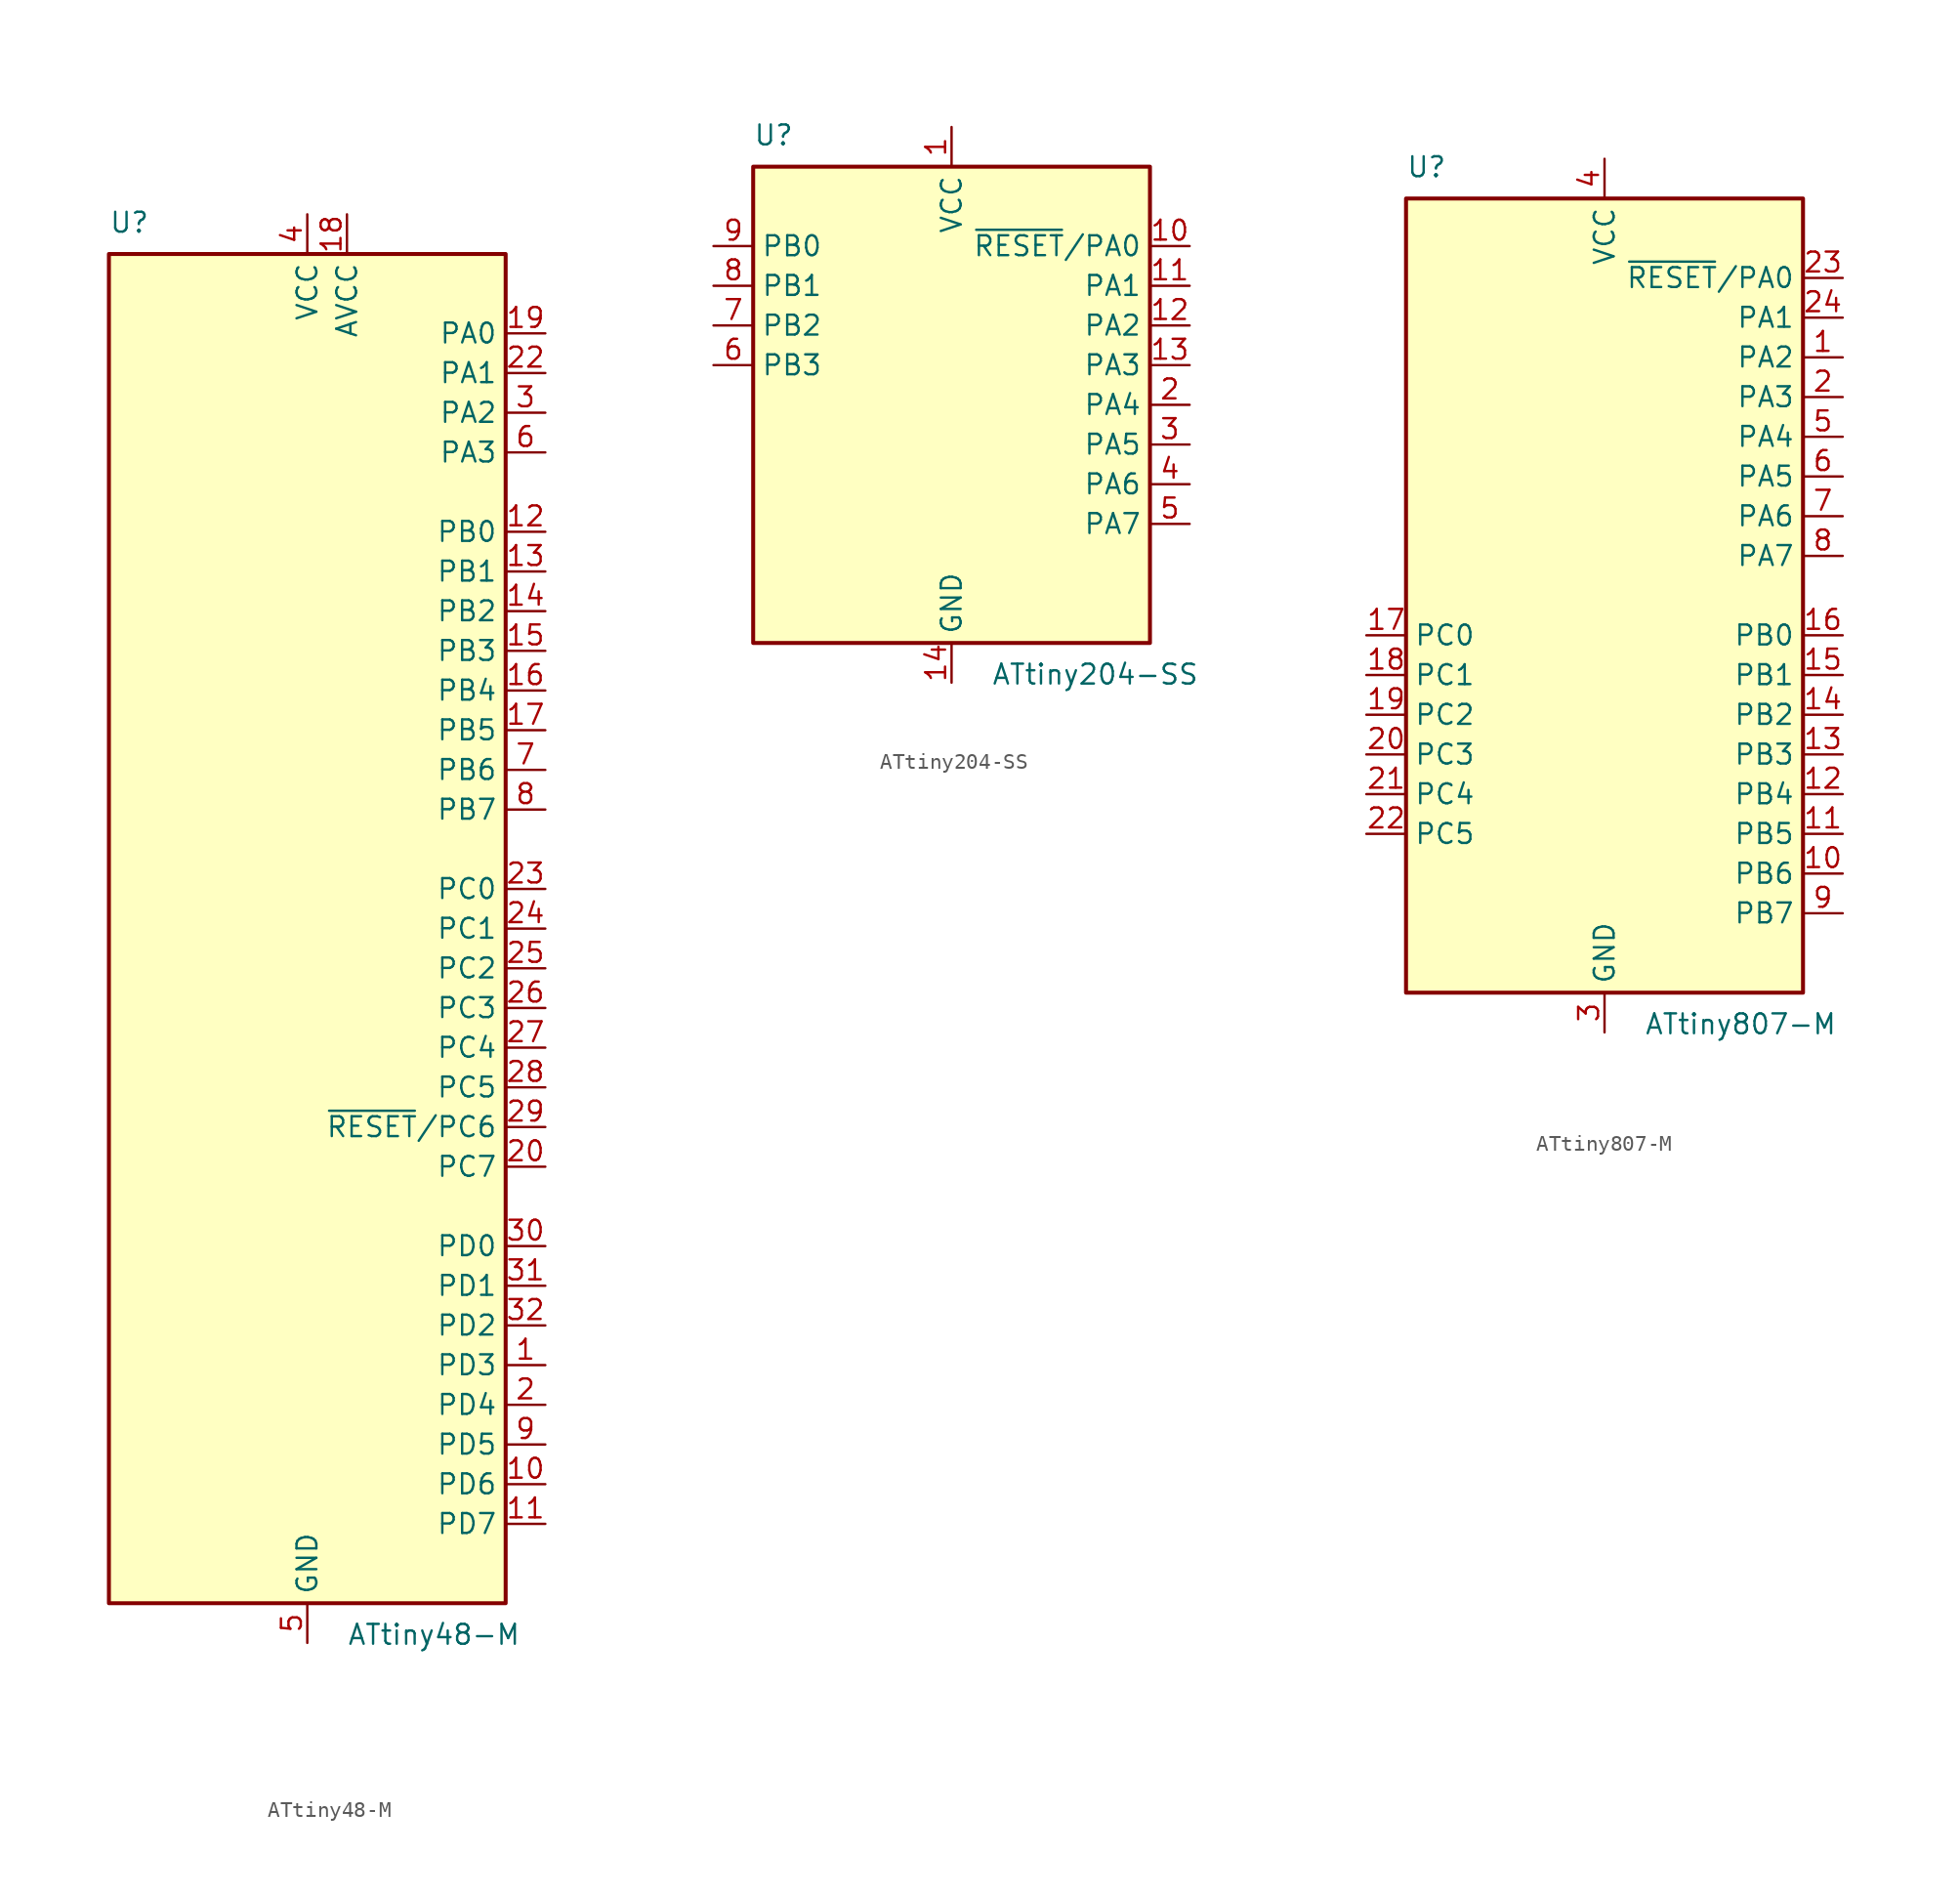
<source format=kicad_sym>
(kicad_symbol_lib
  (version 20201005)
  (generator kicad_symbol_editor)
  (symbol "ATtiny48-M"
    (property "Reference" "U"
      (at -12.7 44.45 0)
      (effects (font (size 1.27 1.27)) (justify left bottom)))
    (property "Value" "ATtiny48-M"
      (at 2.54 -44.45 0)
      (effects (font (size 1.27 1.27)) (justify left top)))
    (symbol "ATtiny48-M_0_1"
      (rectangle (start -12.7 -43.18) (end 12.7 43.18) (stroke (width 0.254)) (fill (type background))))
    (symbol "ATtiny48-M_1_1"
      (pin bidirectional line (at 15.24 -27.94 180) (length 2.54) (name "PD3" (effects (font (size 1.27 1.27)))) (number "1" (effects (font (size 1.27 1.27)))))
      (pin bidirectional line (at 15.24 -35.56 180) (length 2.54) (name "PD6" (effects (font (size 1.27 1.27)))) (number "10" (effects (font (size 1.27 1.27)))))
      (pin bidirectional line (at 15.24 -38.1 180) (length 2.54) (name "PD7" (effects (font (size 1.27 1.27)))) (number "11" (effects (font (size 1.27 1.27)))))
      (pin bidirectional line (at 15.24 25.4 180) (length 2.54) (name "PB0" (effects (font (size 1.27 1.27)))) (number "12" (effects (font (size 1.27 1.27)))))
      (pin bidirectional line (at 15.24 22.86 180) (length 2.54) (name "PB1" (effects (font (size 1.27 1.27)))) (number "13" (effects (font (size 1.27 1.27)))))
      (pin bidirectional line (at 15.24 20.32 180) (length 2.54) (name "PB2" (effects (font (size 1.27 1.27)))) (number "14" (effects (font (size 1.27 1.27)))))
      (pin bidirectional line (at 15.24 17.78 180) (length 2.54) (name "PB3" (effects (font (size 1.27 1.27)))) (number "15" (effects (font (size 1.27 1.27)))))
      (pin bidirectional line (at 15.24 15.24 180) (length 2.54) (name "PB4" (effects (font (size 1.27 1.27)))) (number "16" (effects (font (size 1.27 1.27)))))
      (pin bidirectional line (at 15.24 12.7 180) (length 2.54) (name "PB5" (effects (font (size 1.27 1.27)))) (number "17" (effects (font (size 1.27 1.27)))))
      (pin power_in line (at 2.54 45.72 270) (length 2.54) (name "AVCC" (effects (font (size 1.27 1.27)))) (number "18" (effects (font (size 1.27 1.27)))))
      (pin bidirectional line (at 15.24 38.1 180) (length 2.54) (name "PA0" (effects (font (size 1.27 1.27)))) (number "19" (effects (font (size 1.27 1.27)))))
      (pin bidirectional line (at 15.24 -30.48 180) (length 2.54) (name "PD4" (effects (font (size 1.27 1.27)))) (number "2" (effects (font (size 1.27 1.27)))))
      (pin bidirectional line (at 15.24 -15.24 180) (length 2.54) (name "PC7" (effects (font (size 1.27 1.27)))) (number "20" (effects (font (size 1.27 1.27)))))
      (pin passive line (at 0 -45.72 90) (length 2.54) hide (name "GND" (effects (font (size 1.27 1.27)))) (number "21" (effects (font (size 1.27 1.27)))))
      (pin bidirectional line (at 15.24 35.56 180) (length 2.54) (name "PA1" (effects (font (size 1.27 1.27)))) (number "22" (effects (font (size 1.27 1.27)))))
      (pin bidirectional line (at 15.24 2.54 180) (length 2.54) (name "PC0" (effects (font (size 1.27 1.27)))) (number "23" (effects (font (size 1.27 1.27)))))
      (pin bidirectional line (at 15.24 0 180) (length 2.54) (name "PC1" (effects (font (size 1.27 1.27)))) (number "24" (effects (font (size 1.27 1.27)))))
      (pin bidirectional line (at 15.24 -2.54 180) (length 2.54) (name "PC2" (effects (font (size 1.27 1.27)))) (number "25" (effects (font (size 1.27 1.27)))))
      (pin bidirectional line (at 15.24 -5.08 180) (length 2.54) (name "PC3" (effects (font (size 1.27 1.27)))) (number "26" (effects (font (size 1.27 1.27)))))
      (pin bidirectional line (at 15.24 -7.62 180) (length 2.54) (name "PC4" (effects (font (size 1.27 1.27)))) (number "27" (effects (font (size 1.27 1.27)))))
      (pin bidirectional line (at 15.24 -10.16 180) (length 2.54) (name "PC5" (effects (font (size 1.27 1.27)))) (number "28" (effects (font (size 1.27 1.27)))))
      (pin bidirectional line (at 15.24 -12.7 180) (length 2.54) (name "~RESET~/PC6" (effects (font (size 1.27 1.27)))) (number "29" (effects (font (size 1.27 1.27)))))
      (pin bidirectional line (at 15.24 33.02 180) (length 2.54) (name "PA2" (effects (font (size 1.27 1.27)))) (number "3" (effects (font (size 1.27 1.27)))))
      (pin bidirectional line (at 15.24 -20.32 180) (length 2.54) (name "PD0" (effects (font (size 1.27 1.27)))) (number "30" (effects (font (size 1.27 1.27)))))
      (pin bidirectional line (at 15.24 -22.86 180) (length 2.54) (name "PD1" (effects (font (size 1.27 1.27)))) (number "31" (effects (font (size 1.27 1.27)))))
      (pin bidirectional line (at 15.24 -25.4 180) (length 2.54) (name "PD2" (effects (font (size 1.27 1.27)))) (number "32" (effects (font (size 1.27 1.27)))))
      (pin passive line (at 0 -45.72 90) (length 2.54) hide (name "GND" (effects (font (size 1.27 1.27)))) (number "33" (effects (font (size 1.27 1.27)))))
      (pin power_in line (at 0 45.72 270) (length 2.54) (name "VCC" (effects (font (size 1.27 1.27)))) (number "4" (effects (font (size 1.27 1.27)))))
      (pin power_in line (at 0 -45.72 90) (length 2.54) (name "GND" (effects (font (size 1.27 1.27)))) (number "5" (effects (font (size 1.27 1.27)))))
      (pin bidirectional line (at 15.24 30.48 180) (length 2.54) (name "PA3" (effects (font (size 1.27 1.27)))) (number "6" (effects (font (size 1.27 1.27)))))
      (pin bidirectional line (at 15.24 10.16 180) (length 2.54) (name "PB6" (effects (font (size 1.27 1.27)))) (number "7" (effects (font (size 1.27 1.27)))))
      (pin bidirectional line (at 15.24 7.62 180) (length 2.54) (name "PB7" (effects (font (size 1.27 1.27)))) (number "8" (effects (font (size 1.27 1.27)))))
      (pin bidirectional line (at 15.24 -33.02 180) (length 2.54) (name "PD5" (effects (font (size 1.27 1.27)))) (number "9" (effects (font (size 1.27 1.27)))))))
  (symbol "ATtiny204-SS"
    (property "Reference" "U"
      (at -12.7 16.51 0)
      (effects (font (size 1.27 1.27)) (justify left bottom)))
    (property "Value" "ATtiny204-SS"
      (at 2.54 -16.51 0)
      (effects (font (size 1.27 1.27)) (justify left top)))
    (symbol "ATtiny204-SS_0_1"
      (rectangle (start -12.7 -15.24) (end 12.7 15.24) (stroke (width 0.254)) (fill (type background))))
    (symbol "ATtiny204-SS_1_1"
      (pin power_in line (at 0 17.78 270) (length 2.54) (name "VCC" (effects (font (size 1.27 1.27)))) (number "1" (effects (font (size 1.27 1.27)))))
      (pin bidirectional line (at 15.24 10.16 180) (length 2.54) (name "~RESET~/PA0" (effects (font (size 1.27 1.27)))) (number "10" (effects (font (size 1.27 1.27)))))
      (pin bidirectional line (at 15.24 7.62 180) (length 2.54) (name "PA1" (effects (font (size 1.27 1.27)))) (number "11" (effects (font (size 1.27 1.27)))))
      (pin bidirectional line (at 15.24 5.08 180) (length 2.54) (name "PA2" (effects (font (size 1.27 1.27)))) (number "12" (effects (font (size 1.27 1.27)))))
      (pin bidirectional line (at 15.24 2.54 180) (length 2.54) (name "PA3" (effects (font (size 1.27 1.27)))) (number "13" (effects (font (size 1.27 1.27)))))
      (pin power_in line (at 0 -17.78 90) (length 2.54) (name "GND" (effects (font (size 1.27 1.27)))) (number "14" (effects (font (size 1.27 1.27)))))
      (pin bidirectional line (at 15.24 0 180) (length 2.54) (name "PA4" (effects (font (size 1.27 1.27)))) (number "2" (effects (font (size 1.27 1.27)))))
      (pin bidirectional line (at 15.24 -2.54 180) (length 2.54) (name "PA5" (effects (font (size 1.27 1.27)))) (number "3" (effects (font (size 1.27 1.27)))))
      (pin bidirectional line (at 15.24 -5.08 180) (length 2.54) (name "PA6" (effects (font (size 1.27 1.27)))) (number "4" (effects (font (size 1.27 1.27)))))
      (pin bidirectional line (at 15.24 -7.62 180) (length 2.54) (name "PA7" (effects (font (size 1.27 1.27)))) (number "5" (effects (font (size 1.27 1.27)))))
      (pin bidirectional line (at -15.24 2.54 0) (length 2.54) (name "PB3" (effects (font (size 1.27 1.27)))) (number "6" (effects (font (size 1.27 1.27)))))
      (pin bidirectional line (at -15.24 5.08 0) (length 2.54) (name "PB2" (effects (font (size 1.27 1.27)))) (number "7" (effects (font (size 1.27 1.27)))))
      (pin bidirectional line (at -15.24 7.62 0) (length 2.54) (name "PB1" (effects (font (size 1.27 1.27)))) (number "8" (effects (font (size 1.27 1.27)))))
      (pin bidirectional line (at -15.24 10.16 0) (length 2.54) (name "PB0" (effects (font (size 1.27 1.27)))) (number "9" (effects (font (size 1.27 1.27)))))))
  (symbol "ATtiny807-M"
    (property "Reference" "U"
      (at -12.7 26.67 0)
      (effects (font (size 1.27 1.27)) (justify left bottom)))
    (property "Value" "ATtiny807-M"
      (at 2.54 -26.67 0)
      (effects (font (size 1.27 1.27)) (justify left top)))
    (symbol "ATtiny807-M_0_1"
      (rectangle (start -12.7 -25.4) (end 12.7 25.4) (stroke (width 0.254)) (fill (type background))))
    (symbol "ATtiny807-M_1_1"
      (pin bidirectional line (at 15.24 15.24 180) (length 2.54) (name "PA2" (effects (font (size 1.27 1.27)))) (number "1" (effects (font (size 1.27 1.27)))))
      (pin bidirectional line (at 15.24 -17.78 180) (length 2.54) (name "PB6" (effects (font (size 1.27 1.27)))) (number "10" (effects (font (size 1.27 1.27)))))
      (pin bidirectional line (at 15.24 -15.24 180) (length 2.54) (name "PB5" (effects (font (size 1.27 1.27)))) (number "11" (effects (font (size 1.27 1.27)))))
      (pin bidirectional line (at 15.24 -12.7 180) (length 2.54) (name "PB4" (effects (font (size 1.27 1.27)))) (number "12" (effects (font (size 1.27 1.27)))))
      (pin bidirectional line (at 15.24 -10.16 180) (length 2.54) (name "PB3" (effects (font (size 1.27 1.27)))) (number "13" (effects (font (size 1.27 1.27)))))
      (pin bidirectional line (at 15.24 -7.62 180) (length 2.54) (name "PB2" (effects (font (size 1.27 1.27)))) (number "14" (effects (font (size 1.27 1.27)))))
      (pin bidirectional line (at 15.24 -5.08 180) (length 2.54) (name "PB1" (effects (font (size 1.27 1.27)))) (number "15" (effects (font (size 1.27 1.27)))))
      (pin bidirectional line (at 15.24 -2.54 180) (length 2.54) (name "PB0" (effects (font (size 1.27 1.27)))) (number "16" (effects (font (size 1.27 1.27)))))
      (pin bidirectional line (at -15.24 -2.54 0) (length 2.54) (name "PC0" (effects (font (size 1.27 1.27)))) (number "17" (effects (font (size 1.27 1.27)))))
      (pin bidirectional line (at -15.24 -5.08 0) (length 2.54) (name "PC1" (effects (font (size 1.27 1.27)))) (number "18" (effects (font (size 1.27 1.27)))))
      (pin bidirectional line (at -15.24 -7.62 0) (length 2.54) (name "PC2" (effects (font (size 1.27 1.27)))) (number "19" (effects (font (size 1.27 1.27)))))
      (pin bidirectional line (at 15.24 12.7 180) (length 2.54) (name "PA3" (effects (font (size 1.27 1.27)))) (number "2" (effects (font (size 1.27 1.27)))))
      (pin bidirectional line (at -15.24 -10.16 0) (length 2.54) (name "PC3" (effects (font (size 1.27 1.27)))) (number "20" (effects (font (size 1.27 1.27)))))
      (pin bidirectional line (at -15.24 -12.7 0) (length 2.54) (name "PC4" (effects (font (size 1.27 1.27)))) (number "21" (effects (font (size 1.27 1.27)))))
      (pin bidirectional line (at -15.24 -15.24 0) (length 2.54) (name "PC5" (effects (font (size 1.27 1.27)))) (number "22" (effects (font (size 1.27 1.27)))))
      (pin bidirectional line (at 15.24 20.32 180) (length 2.54) (name "~RESET~/PA0" (effects (font (size 1.27 1.27)))) (number "23" (effects (font (size 1.27 1.27)))))
      (pin bidirectional line (at 15.24 17.78 180) (length 2.54) (name "PA1" (effects (font (size 1.27 1.27)))) (number "24" (effects (font (size 1.27 1.27)))))
      (pin passive line (at 0 -27.94 90) (length 2.54) hide (name "GND" (effects (font (size 1.27 1.27)))) (number "25" (effects (font (size 1.27 1.27)))))
      (pin power_in line (at 0 -27.94 90) (length 2.54) (name "GND" (effects (font (size 1.27 1.27)))) (number "3" (effects (font (size 1.27 1.27)))))
      (pin power_in line (at 0 27.94 270) (length 2.54) (name "VCC" (effects (font (size 1.27 1.27)))) (number "4" (effects (font (size 1.27 1.27)))))
      (pin bidirectional line (at 15.24 10.16 180) (length 2.54) (name "PA4" (effects (font (size 1.27 1.27)))) (number "5" (effects (font (size 1.27 1.27)))))
      (pin bidirectional line (at 15.24 7.62 180) (length 2.54) (name "PA5" (effects (font (size 1.27 1.27)))) (number "6" (effects (font (size 1.27 1.27)))))
      (pin bidirectional line (at 15.24 5.08 180) (length 2.54) (name "PA6" (effects (font (size 1.27 1.27)))) (number "7" (effects (font (size 1.27 1.27)))))
      (pin bidirectional line (at 15.24 2.54 180) (length 2.54) (name "PA7" (effects (font (size 1.27 1.27)))) (number "8" (effects (font (size 1.27 1.27)))))
      (pin bidirectional line (at 15.24 -20.32 180) (length 2.54) (name "PB7" (effects (font (size 1.27 1.27)))) (number "9" (effects (font (size 1.27 1.27))))))))
</source>
